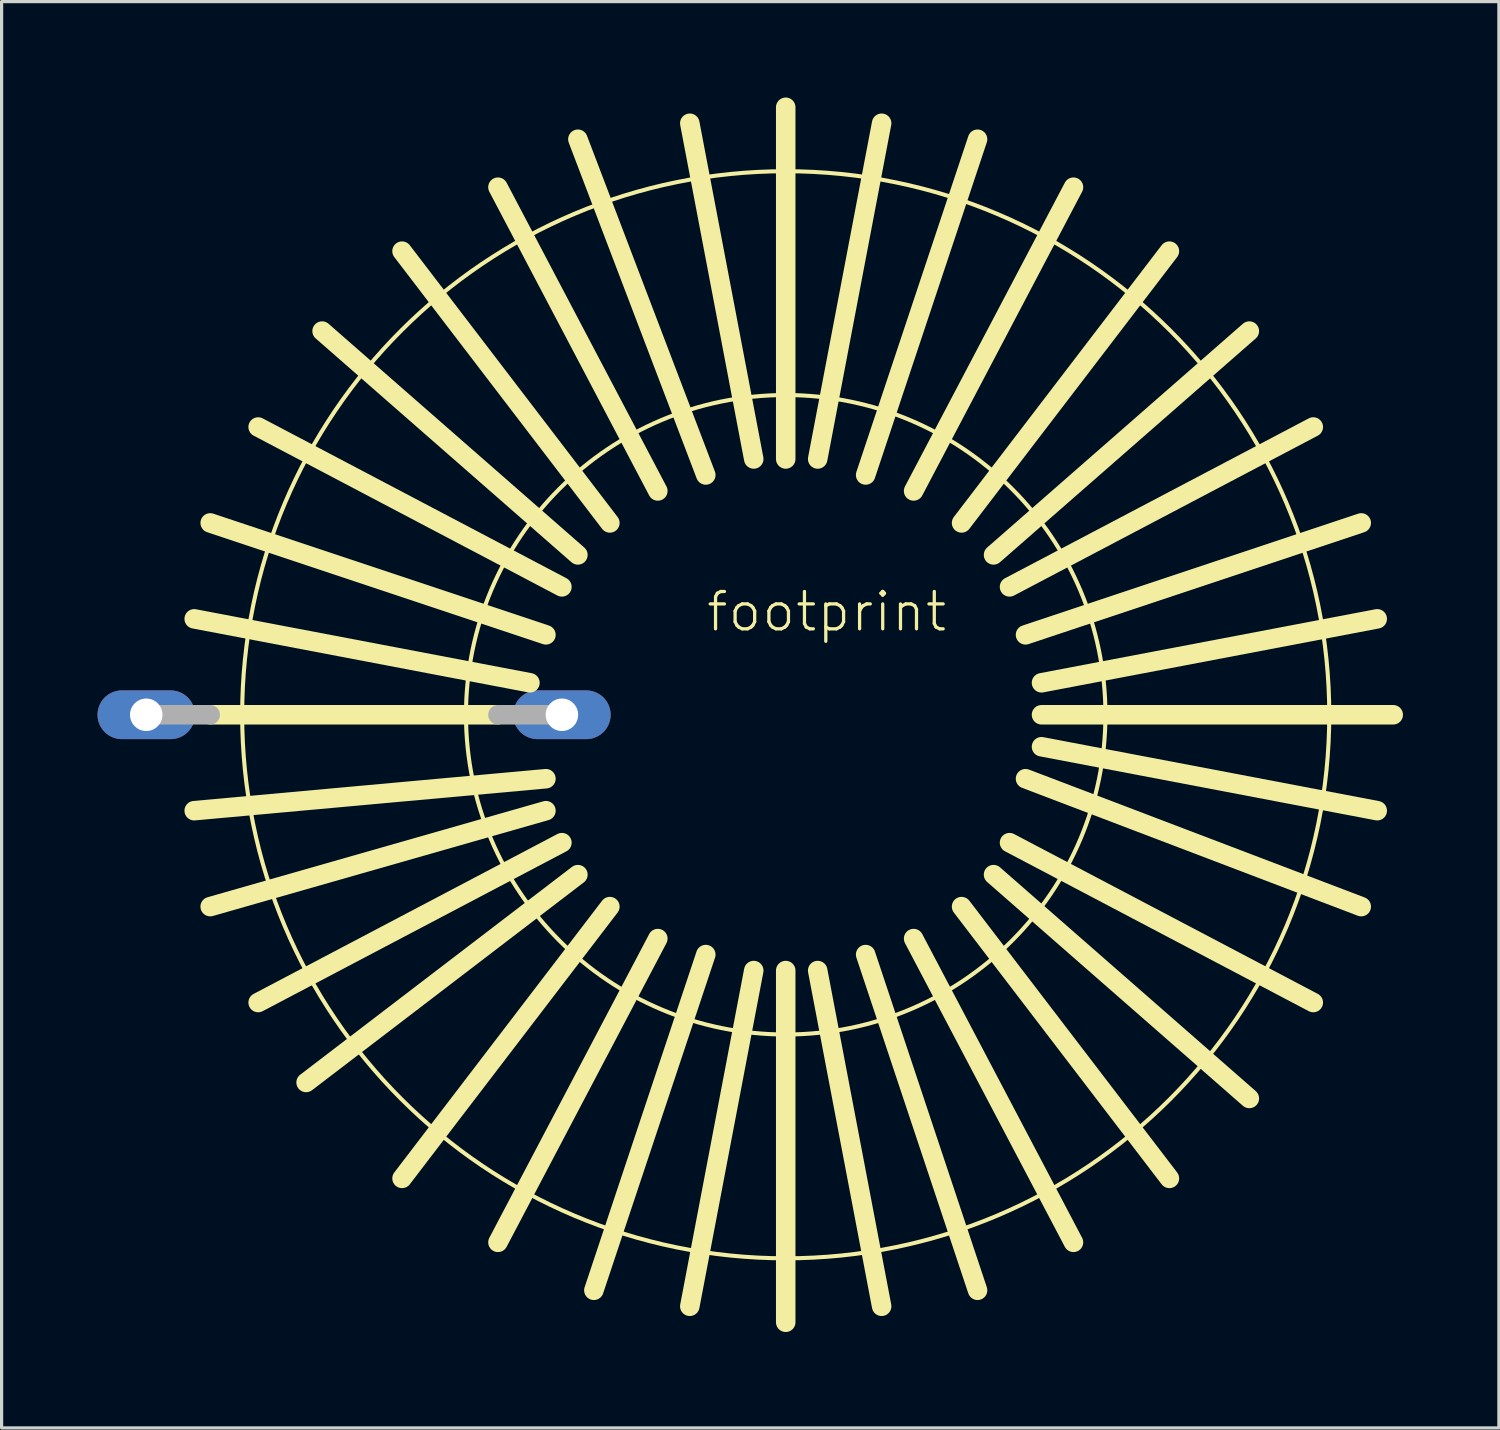
<source format=kicad_pcb>
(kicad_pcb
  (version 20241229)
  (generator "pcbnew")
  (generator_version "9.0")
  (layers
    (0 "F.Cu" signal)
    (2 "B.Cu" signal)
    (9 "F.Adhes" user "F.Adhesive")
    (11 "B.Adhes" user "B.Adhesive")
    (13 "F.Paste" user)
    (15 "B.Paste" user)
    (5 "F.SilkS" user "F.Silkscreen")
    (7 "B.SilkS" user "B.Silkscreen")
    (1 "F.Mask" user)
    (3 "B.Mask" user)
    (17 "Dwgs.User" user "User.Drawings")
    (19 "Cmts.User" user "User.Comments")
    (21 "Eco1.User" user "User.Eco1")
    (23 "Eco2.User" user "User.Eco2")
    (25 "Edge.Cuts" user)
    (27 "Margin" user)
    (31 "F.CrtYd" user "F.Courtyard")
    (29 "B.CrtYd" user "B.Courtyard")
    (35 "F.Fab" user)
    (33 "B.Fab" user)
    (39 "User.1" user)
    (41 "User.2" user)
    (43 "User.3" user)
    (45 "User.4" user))
  (footprint "footprint"
    (layer "F.Cu")
    (at 21.524 19.305)
    (property "Reference" "footprint" (at -2.54 -2.54 0) (layer "F.SilkS") (effects (font (size 1.168 1.168) (thickness 0.102)) (justify left bottom)))
    (fp_line (start -18.5 3) (end -7.5 2) (stroke (width 0.61) (type solid)) (layer "F.SilkS"))
    (fp_line (start -18 0) (end -9 0) (stroke (width 0.61) (type solid)) (layer "F.SilkS"))
    (fp_line (start -9 -16.5) (end -4 -7) (stroke (width 0.61) (type solid)) (layer "F.SilkS"))
    (fp_line (start -9 16.5) (end -4 7) (stroke (width 0.61) (type solid)) (layer "F.SilkS"))
    (fp_line (start -8 -1) (end -18.5 -3) (stroke (width 0.61) (type solid)) (layer "F.SilkS"))
    (fp_line (start -7.5 -2.5) (end -18 -6) (stroke (width 0.61) (type solid)) (layer "F.SilkS"))
    (fp_line (start -7.5 3) (end -18 6) (stroke (width 0.61) (type solid)) (layer "F.SilkS"))
    (fp_line (start -7 -4) (end -16.5 -9) (stroke (width 0.61) (type solid)) (layer "F.SilkS"))
    (fp_line (start -7 4) (end -16.5 9) (stroke (width 0.61) (type solid)) (layer "F.SilkS"))
    (fp_line (start -6.5 -18) (end -2.5 -7.5) (stroke (width 0.61) (type solid)) (layer "F.SilkS"))
    (fp_line (start -6.5 -5) (end -14.5 -12) (stroke (width 0.61) (type solid)) (layer "F.SilkS"))
    (fp_line (start -6.5 5) (end -15 11.5) (stroke (width 0.61) (type solid)) (layer "F.SilkS"))
    (fp_line (start -6 18) (end -2.5 7.5) (stroke (width 0.61) (type solid)) (layer "F.SilkS"))
    (fp_line (start -5.5 -6) (end -12 -14.5) (stroke (width 0.61) (type solid)) (layer "F.SilkS"))
    (fp_line (start -5.5 6) (end -12 14.5) (stroke (width 0.61) (type solid)) (layer "F.SilkS"))
    (fp_line (start -1 -8) (end -3 -18.5) (stroke (width 0.61) (type solid)) (layer "F.SilkS"))
    (fp_line (start -1 8) (end -3 18.5) (stroke (width 0.61) (type solid)) (layer "F.SilkS"))
    (fp_line (start 0 -8) (end 0 -19) (stroke (width 0.61) (type solid)) (layer "F.SilkS"))
    (fp_line (start 0 8) (end 0 19) (stroke (width 0.61) (type solid)) (layer "F.SilkS"))
    (fp_line (start 1 -8) (end 3 -18.5) (stroke (width 0.61) (type solid)) (layer "F.SilkS"))
    (fp_line (start 1 8) (end 3 18.5) (stroke (width 0.61) (type solid)) (layer "F.SilkS"))
    (fp_line (start 4 -7) (end 9 -16.5) (stroke (width 0.61) (type solid)) (layer "F.SilkS"))
    (fp_line (start 5.5 -6) (end 12 -14.5) (stroke (width 0.61) (type solid)) (layer "F.SilkS"))
    (fp_line (start 5.5 6) (end 12 14.5) (stroke (width 0.61) (type solid)) (layer "F.SilkS"))
    (fp_line (start 6 -18) (end 2.5 -7.5) (stroke (width 0.61) (type solid)) (layer "F.SilkS"))
    (fp_line (start 6 18) (end 2.5 7.5) (stroke (width 0.61) (type solid)) (layer "F.SilkS"))
    (fp_line (start 6.5 -5) (end 14.5 -12) (stroke (width 0.61) (type solid)) (layer "F.SilkS"))
    (fp_line (start 6.5 5) (end 14.5 12) (stroke (width 0.61) (type solid)) (layer "F.SilkS"))
    (fp_line (start 7 -4) (end 16.5 -9) (stroke (width 0.61) (type solid)) (layer "F.SilkS"))
    (fp_line (start 7 4) (end 16.5 9) (stroke (width 0.61) (type solid)) (layer "F.SilkS"))
    (fp_line (start 7.5 -2.5) (end 18 -6) (stroke (width 0.61) (type solid)) (layer "F.SilkS"))
    (fp_line (start 7.5 2) (end 18 6) (stroke (width 0.61) (type solid)) (layer "F.SilkS"))
    (fp_line (start 8 -1) (end 18.5 -3) (stroke (width 0.61) (type solid)) (layer "F.SilkS"))
    (fp_line (start 8 0) (end 19 0) (stroke (width 0.61) (type solid)) (layer "F.SilkS"))
    (fp_line (start 8 1) (end 18.5 3) (stroke (width 0.61) (type solid)) (layer "F.SilkS"))
    (fp_line (start 9 16.5) (end 4 7) (stroke (width 0.61) (type solid)) (layer "F.SilkS"))
    (fp_circle (center 0 0) (end 10 0) (stroke (width 0.127) (type solid)) (fill no) (layer "F.SilkS"))
    (fp_circle (center 0 0) (end 17 0) (stroke (width 0.127) (type solid)) (fill no) (layer "F.SilkS"))
    (fp_line (start -20 0) (end -18 0) (stroke (width 0.61) (type solid)) (layer "F.Fab"))
    (fp_line (start -9 0) (end -7 0) (stroke (width 0.61) (type solid)) (layer "F.Fab"))
    (pad "1" thru_hole oval (at -20 0) (size 3.048 1.524) (drill 1.016) (layers "*.Cu" "*.Mask"))
    (pad "2" thru_hole oval (at -7 0) (size 3.048 1.524) (drill 1.016) (layers "*.Cu" "*.Mask")))
  (gr_rect
    (start -3 -3)
    (end 43.829 41.61)
    (stroke (width 0.1) (type default))
    (fill no)
    (layer "Edge.Cuts")))
</source>
